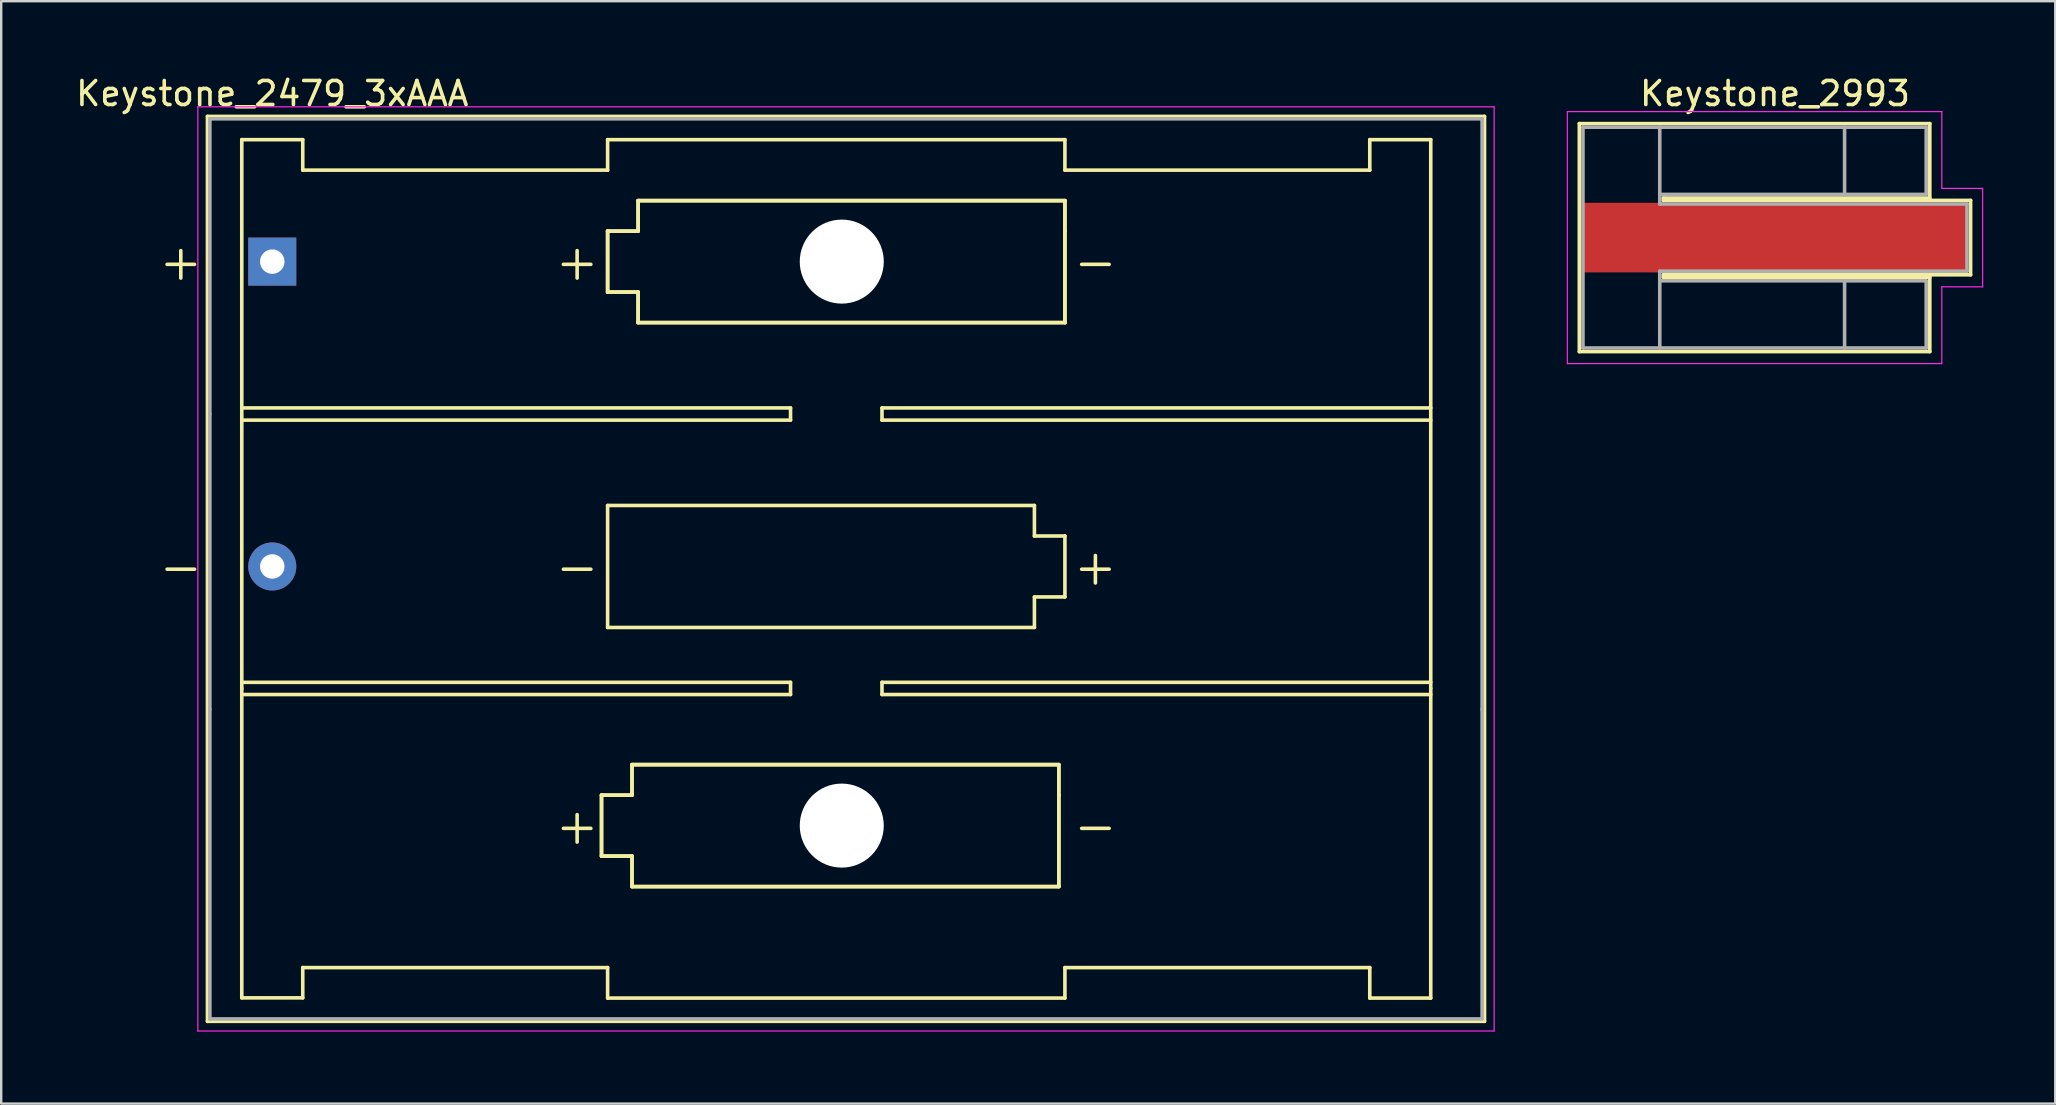
<source format=kicad_pcb>
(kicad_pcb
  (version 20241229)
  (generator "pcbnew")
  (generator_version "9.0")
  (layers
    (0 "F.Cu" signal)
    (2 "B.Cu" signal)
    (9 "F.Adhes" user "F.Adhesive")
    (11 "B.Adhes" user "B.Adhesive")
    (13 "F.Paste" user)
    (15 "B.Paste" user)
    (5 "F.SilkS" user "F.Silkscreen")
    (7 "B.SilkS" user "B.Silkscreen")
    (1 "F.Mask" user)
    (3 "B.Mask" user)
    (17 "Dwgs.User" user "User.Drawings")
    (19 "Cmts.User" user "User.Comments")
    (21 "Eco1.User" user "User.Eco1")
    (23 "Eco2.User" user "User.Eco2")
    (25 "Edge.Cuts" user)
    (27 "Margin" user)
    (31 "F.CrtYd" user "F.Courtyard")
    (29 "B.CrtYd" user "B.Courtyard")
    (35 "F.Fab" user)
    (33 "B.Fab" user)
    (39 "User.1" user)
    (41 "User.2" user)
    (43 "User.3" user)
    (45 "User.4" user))
  (footprint "Keystone_2479_3xAAA"
    (layer "F.Cu")
    (at 8.292 7.848)
    (property "Reference" "Keystone_2479_3xAAA" (at 0 -7 180) (layer "F.SilkS") (effects (font (size 1 1) (thickness 0.15))))
    (attr through_hole)
    (fp_line (start -2.7 -6.05) (end -2.7 31.65) (stroke (width 0.15) (type solid)) (layer "F.SilkS"))
    (fp_line (start -2.7 31.65) (end 50.5 31.65) (stroke (width 0.15) (type solid)) (layer "F.SilkS"))
    (fp_line (start -1.27 -5.08) (end -1.27 17.78) (stroke (width 0.15) (type solid)) (layer "F.SilkS"))
    (fp_line (start -1.27 6.096) (end 21.59 6.096) (stroke (width 0.15) (type solid)) (layer "F.SilkS"))
    (fp_line (start -1.27 17.526) (end 21.59 17.526) (stroke (width 0.15) (type solid)) (layer "F.SilkS"))
    (fp_line (start -1.27 17.78) (end -1.27 30.671) (stroke (width 0.15) (type solid)) (layer "F.SilkS"))
    (fp_line (start -1.27 30.671) (end 1.27 30.671) (stroke (width 0.15) (type solid)) (layer "F.SilkS"))
    (fp_line (start 1.27 -5.08) (end -1.27 -5.08) (stroke (width 0.15) (type solid)) (layer "F.SilkS"))
    (fp_line (start 1.27 -3.81) (end 1.27 -5.08) (stroke (width 0.15) (type solid)) (layer "F.SilkS"))
    (fp_line (start 1.27 -3.81) (end 13.97 -3.81) (stroke (width 0.15) (type solid)) (layer "F.SilkS"))
    (fp_line (start 1.27 29.41) (end 13.97 29.41) (stroke (width 0.15) (type solid)) (layer "F.SilkS"))
    (fp_line (start 1.27 30.671) (end 1.27 29.41) (stroke (width 0.15) (type solid)) (layer "F.SilkS"))
    (fp_line (start 13.716 22.225) (end 14.986 22.225) (stroke (width 0.15) (type solid)) (layer "F.SilkS"))
    (fp_line (start 13.716 22.225) (end 14.986 22.225) (stroke (width 0.15) (type solid)) (layer "F.SilkS"))
    (fp_line (start 13.716 24.765) (end 13.716 22.225) (stroke (width 0.15) (type solid)) (layer "F.SilkS"))
    (fp_line (start 13.716 24.765) (end 13.716 22.225) (stroke (width 0.15) (type solid)) (layer "F.SilkS"))
    (fp_line (start 13.97 -5.08) (end 13.97 -3.81) (stroke (width 0.15) (type solid)) (layer "F.SilkS"))
    (fp_line (start 13.97 -1.27) (end 15.24 -1.27) (stroke (width 0.15) (type solid)) (layer "F.SilkS"))
    (fp_line (start 13.97 -1.27) (end 15.24 -1.27) (stroke (width 0.15) (type solid)) (layer "F.SilkS"))
    (fp_line (start 13.97 1.27) (end 13.97 -1.27) (stroke (width 0.15) (type solid)) (layer "F.SilkS"))
    (fp_line (start 13.97 1.27) (end 13.97 -1.27) (stroke (width 0.15) (type solid)) (layer "F.SilkS"))
    (fp_line (start 13.97 10.16) (end 31.75 10.16) (stroke (width 0.15) (type solid)) (layer "F.SilkS"))
    (fp_line (start 13.97 15.24) (end 13.97 10.16) (stroke (width 0.15) (type solid)) (layer "F.SilkS"))
    (fp_line (start 13.97 29.41) (end 13.97 30.68) (stroke (width 0.15) (type solid)) (layer "F.SilkS"))
    (fp_line (start 13.97 30.68) (end 33.02 30.68) (stroke (width 0.15) (type solid)) (layer "F.SilkS"))
    (fp_line (start 14.986 20.955) (end 32.766 20.955) (stroke (width 0.15) (type solid)) (layer "F.SilkS"))
    (fp_line (start 14.986 20.955) (end 32.766 20.955) (stroke (width 0.15) (type solid)) (layer "F.SilkS"))
    (fp_line (start 14.986 22.225) (end 14.986 20.955) (stroke (width 0.15) (type solid)) (layer "F.SilkS"))
    (fp_line (start 14.986 22.225) (end 14.986 20.955) (stroke (width 0.15) (type solid)) (layer "F.SilkS"))
    (fp_line (start 14.986 24.765) (end 13.716 24.765) (stroke (width 0.15) (type solid)) (layer "F.SilkS"))
    (fp_line (start 14.986 24.765) (end 13.716 24.765) (stroke (width 0.15) (type solid)) (layer "F.SilkS"))
    (fp_line (start 14.986 26.035) (end 14.986 24.765) (stroke (width 0.15) (type solid)) (layer "F.SilkS"))
    (fp_line (start 14.986 26.035) (end 14.986 24.765) (stroke (width 0.15) (type solid)) (layer "F.SilkS"))
    (fp_line (start 15.24 -2.54) (end 33.02 -2.54) (stroke (width 0.15) (type solid)) (layer "F.SilkS"))
    (fp_line (start 15.24 -2.54) (end 33.02 -2.54) (stroke (width 0.15) (type solid)) (layer "F.SilkS"))
    (fp_line (start 15.24 -1.27) (end 15.24 -2.54) (stroke (width 0.15) (type solid)) (layer "F.SilkS"))
    (fp_line (start 15.24 -1.27) (end 15.24 -2.54) (stroke (width 0.15) (type solid)) (layer "F.SilkS"))
    (fp_line (start 15.24 1.27) (end 13.97 1.27) (stroke (width 0.15) (type solid)) (layer "F.SilkS"))
    (fp_line (start 15.24 1.27) (end 13.97 1.27) (stroke (width 0.15) (type solid)) (layer "F.SilkS"))
    (fp_line (start 15.24 2.54) (end 15.24 1.27) (stroke (width 0.15) (type solid)) (layer "F.SilkS"))
    (fp_line (start 15.24 2.54) (end 15.24 1.27) (stroke (width 0.15) (type solid)) (layer "F.SilkS"))
    (fp_line (start 21.59 6.096) (end 21.59 6.604) (stroke (width 0.15) (type solid)) (layer "F.SilkS"))
    (fp_line (start 21.59 6.604) (end -1.27 6.604) (stroke (width 0.15) (type solid)) (layer "F.SilkS"))
    (fp_line (start 21.59 17.526) (end 21.59 18.034) (stroke (width 0.15) (type solid)) (layer "F.SilkS"))
    (fp_line (start 21.59 18.034) (end -1.27 18.034) (stroke (width 0.15) (type solid)) (layer "F.SilkS"))
    (fp_line (start 25.4 6.096) (end 25.4 6.604) (stroke (width 0.15) (type solid)) (layer "F.SilkS"))
    (fp_line (start 25.4 6.604) (end 48.26 6.604) (stroke (width 0.15) (type solid)) (layer "F.SilkS"))
    (fp_line (start 25.4 17.526) (end 25.4 18.034) (stroke (width 0.15) (type solid)) (layer "F.SilkS"))
    (fp_line (start 25.4 18.034) (end 48.26 18.034) (stroke (width 0.15) (type solid)) (layer "F.SilkS"))
    (fp_line (start 31.75 10.16) (end 31.75 11.43) (stroke (width 0.15) (type solid)) (layer "F.SilkS"))
    (fp_line (start 31.75 11.43) (end 33.02 11.43) (stroke (width 0.15) (type solid)) (layer "F.SilkS"))
    (fp_line (start 31.75 13.97) (end 31.75 15.24) (stroke (width 0.15) (type solid)) (layer "F.SilkS"))
    (fp_line (start 31.75 15.24) (end 13.97 15.24) (stroke (width 0.15) (type solid)) (layer "F.SilkS"))
    (fp_line (start 32.766 20.955) (end 32.766 22.225) (stroke (width 0.15) (type solid)) (layer "F.SilkS"))
    (fp_line (start 32.766 20.955) (end 32.766 22.225) (stroke (width 0.15) (type solid)) (layer "F.SilkS"))
    (fp_line (start 32.766 22.225) (end 32.766 26.035) (stroke (width 0.15) (type solid)) (layer "F.SilkS"))
    (fp_line (start 32.766 22.225) (end 32.766 26.035) (stroke (width 0.15) (type solid)) (layer "F.SilkS"))
    (fp_line (start 32.766 26.035) (end 14.986 26.035) (stroke (width 0.15) (type solid)) (layer "F.SilkS"))
    (fp_line (start 32.766 26.035) (end 14.986 26.035) (stroke (width 0.15) (type solid)) (layer "F.SilkS"))
    (fp_line (start 33.02 -5.08) (end 13.97 -5.08) (stroke (width 0.15) (type solid)) (layer "F.SilkS"))
    (fp_line (start 33.02 -3.81) (end 33.02 -5.08) (stroke (width 0.15) (type solid)) (layer "F.SilkS"))
    (fp_line (start 33.02 -2.54) (end 33.02 -1.27) (stroke (width 0.15) (type solid)) (layer "F.SilkS"))
    (fp_line (start 33.02 -2.54) (end 33.02 -1.27) (stroke (width 0.15) (type solid)) (layer "F.SilkS"))
    (fp_line (start 33.02 -1.27) (end 33.02 2.54) (stroke (width 0.15) (type solid)) (layer "F.SilkS"))
    (fp_line (start 33.02 -1.27) (end 33.02 2.54) (stroke (width 0.15) (type solid)) (layer "F.SilkS"))
    (fp_line (start 33.02 2.54) (end 15.24 2.54) (stroke (width 0.15) (type solid)) (layer "F.SilkS"))
    (fp_line (start 33.02 2.54) (end 15.24 2.54) (stroke (width 0.15) (type solid)) (layer "F.SilkS"))
    (fp_line (start 33.02 11.43) (end 33.02 13.97) (stroke (width 0.15) (type solid)) (layer "F.SilkS"))
    (fp_line (start 33.02 13.97) (end 31.75 13.97) (stroke (width 0.15) (type solid)) (layer "F.SilkS"))
    (fp_line (start 33.02 30.68) (end 33.02 29.41) (stroke (width 0.15) (type solid)) (layer "F.SilkS"))
    (fp_line (start 45.72 -5.08) (end 45.72 -3.81) (stroke (width 0.15) (type solid)) (layer "F.SilkS"))
    (fp_line (start 45.72 -3.81) (end 33.02 -3.81) (stroke (width 0.15) (type solid)) (layer "F.SilkS"))
    (fp_line (start 45.72 29.41) (end 33.02 29.41) (stroke (width 0.15) (type solid)) (layer "F.SilkS"))
    (fp_line (start 45.72 30.68) (end 45.72 29.41) (stroke (width 0.15) (type solid)) (layer "F.SilkS"))
    (fp_line (start 48.26 -5.08) (end 45.72 -5.08) (stroke (width 0.15) (type solid)) (layer "F.SilkS"))
    (fp_line (start 48.26 -5.08) (end 48.26 17.78) (stroke (width 0.15) (type solid)) (layer "F.SilkS"))
    (fp_line (start 48.26 6.096) (end 25.4 6.096) (stroke (width 0.15) (type solid)) (layer "F.SilkS"))
    (fp_line (start 48.26 17.526) (end 25.4 17.526) (stroke (width 0.15) (type solid)) (layer "F.SilkS"))
    (fp_line (start 48.26 17.78) (end 48.26 30.68) (stroke (width 0.15) (type solid)) (layer "F.SilkS"))
    (fp_line (start 48.26 30.68) (end 45.72 30.68) (stroke (width 0.15) (type solid)) (layer "F.SilkS"))
    (fp_line (start 50.5 -6.05) (end -2.7 -6.05) (stroke (width 0.15) (type solid)) (layer "F.SilkS"))
    (fp_line (start 50.5 31.65) (end 50.5 -6.05) (stroke (width 0.15) (type solid)) (layer "F.SilkS"))
    (fp_line (start -3.1 -6.45) (end 50.9 -6.45) (stroke (width 0.05) (type solid)) (layer "F.CrtYd"))
    (fp_line (start -3.1 32.05) (end -3.1 -6.45) (stroke (width 0.05) (type solid)) (layer "F.CrtYd"))
    (fp_line (start 50.9 -6.45) (end 50.9 32.05) (stroke (width 0.05) (type solid)) (layer "F.CrtYd"))
    (fp_line (start 50.9 32.05) (end -3.1 32.05) (stroke (width 0.05) (type solid)) (layer "F.CrtYd"))
    (fp_line (start -2.6 -5.95) (end 50.4 -5.95) (stroke (width 0.15) (type solid)) (layer "F.Fab"))
    (fp_line (start -2.6 6.35) (end -2.6 -5.95) (stroke (width 0.15) (type solid)) (layer "F.Fab"))
    (fp_line (start -2.6 18.65) (end -2.6 6.35) (stroke (width 0.15) (type solid)) (layer "F.Fab"))
    (fp_line (start -2.6 18.65) (end -2.6 31.55) (stroke (width 0.15) (type solid)) (layer "F.Fab"))
    (fp_line (start -2.6 31.55) (end 50.4 31.55) (stroke (width 0.15) (type solid)) (layer "F.Fab"))
    (fp_line (start 50.4 18.65) (end 50.4 -5.95) (stroke (width 0.15) (type solid)) (layer "F.Fab"))
    (fp_line (start 50.4 18.65) (end 50.4 31.55) (stroke (width 0.15) (type solid)) (layer "F.Fab"))
    (fp_text user "-" (at -3.81 12.7 0) (layer "F.SilkS") (effects (font (size 1.5 1.5) (thickness 0.15))))
    (fp_text user "+" (at -3.81 0 0) (layer "F.SilkS") (effects (font (size 1.5 1.5) (thickness 0.15))))
    (fp_text user "+" (at 34.29 12.7 0) (layer "F.SilkS") (effects (font (size 1.5 1.5) (thickness 0.15))))
    (fp_text user "-" (at 12.7 12.7 0) (layer "F.SilkS") (effects (font (size 1.5 1.5) (thickness 0.15))))
    (fp_text user "+" (at 12.7 0 0) (layer "F.SilkS") (effects (font (size 1.5 1.5) (thickness 0.15))))
    (fp_text user "-" (at 34.29 0 0) (layer "F.SilkS") (effects (font (size 1.5 1.5) (thickness 0.15))))
    (fp_text user "-" (at 34.29 23.495 0) (layer "F.SilkS") (effects (font (size 1.5 1.5) (thickness 0.15))))
    (fp_text user "+" (at 12.7 23.495 0) (layer "F.SilkS") (effects (font (size 1.5 1.5) (thickness 0.15))))
    (pad "" np_thru_hole circle (at 23.724 0) (size 3.5 3.5) (drill 3.5) (layers "*.Cu" "*.Mask"))
    (pad "" np_thru_hole circle (at 23.724 23.495) (size 3.5 3.5) (drill 3.5) (layers "*.Cu" "*.Mask"))
    (pad "1" thru_hole rect (at 0 0) (size 2 2) (drill 1.02) (layers "*.Cu" "*.Mask"))
    (pad "2" thru_hole circle (at 0 12.7) (size 2 2) (drill 1.02) (layers "*.Cu" "*.Mask")))
  (footprint "Keystone_2993"
    (layer "F.Cu")
    (at 70.892 6.848)
    (property "Reference" "Keystone_2993" (at 0 -6 0) (layer "F.SilkS") (effects (font (size 1 1) (thickness 0.15))))
    (attr smd)
    (fp_line (start -8.15 -4.75) (end -8.15 4.75) (stroke (width 0.15) (type solid)) (layer "F.SilkS"))
    (fp_line (start -8.15 -4.75) (end 6.45 -4.75) (stroke (width 0.15) (type solid)) (layer "F.SilkS"))
    (fp_line (start -8.15 4.75) (end 6.45 4.75) (stroke (width 0.15) (type solid)) (layer "F.SilkS"))
    (fp_line (start -4.65 -1.65) (end -4.65 -1.55) (stroke (width 0.15) (type solid)) (layer "F.SilkS"))
    (fp_line (start -4.65 -1.55) (end 8.15 -1.55) (stroke (width 0.15) (type solid)) (layer "F.SilkS"))
    (fp_line (start -4.65 1.55) (end 8.15 1.55) (stroke (width 0.15) (type solid)) (layer "F.SilkS"))
    (fp_line (start -4.65 1.65) (end -4.65 1.55) (stroke (width 0.15) (type solid)) (layer "F.SilkS"))
    (fp_line (start 6.45 -4.75) (end 6.45 -1.65) (stroke (width 0.15) (type solid)) (layer "F.SilkS"))
    (fp_line (start 6.45 -1.65) (end -4.65 -1.65) (stroke (width 0.15) (type solid)) (layer "F.SilkS"))
    (fp_line (start 6.45 1.65) (end -4.65 1.65) (stroke (width 0.15) (type solid)) (layer "F.SilkS"))
    (fp_line (start 6.45 4.75) (end 6.45 1.65) (stroke (width 0.15) (type solid)) (layer "F.SilkS"))
    (fp_line (start 8.15 -1.55) (end 8.15 1.55) (stroke (width 0.15) (type solid)) (layer "F.SilkS"))
    (fp_line (start -8.65 -5.25) (end -8.65 5.25) (stroke (width 0.05) (type solid)) (layer "F.CrtYd"))
    (fp_line (start -8.65 -5.25) (end 6.95 -5.25) (stroke (width 0.05) (type solid)) (layer "F.CrtYd"))
    (fp_line (start -8.65 5.25) (end 6.95 5.25) (stroke (width 0.05) (type solid)) (layer "F.CrtYd"))
    (fp_line (start 6.95 -5.25) (end 6.95 -2.05) (stroke (width 0.05) (type solid)) (layer "F.CrtYd"))
    (fp_line (start 6.95 -2.05) (end 8.65 -2.05) (stroke (width 0.05) (type solid)) (layer "F.CrtYd"))
    (fp_line (start 6.95 2.05) (end 8.65 2.05) (stroke (width 0.05) (type solid)) (layer "F.CrtYd"))
    (fp_line (start 6.95 5.25) (end 6.95 2.05) (stroke (width 0.05) (type solid)) (layer "F.CrtYd"))
    (fp_line (start 8.65 -2.05) (end 8.65 2.05) (stroke (width 0.05) (type solid)) (layer "F.CrtYd"))
    (fp_line (start -8 -4.6) (end -8 4.6) (stroke (width 0.15) (type solid)) (layer "F.Fab"))
    (fp_line (start -8 -4.6) (end 6.3 -4.6) (stroke (width 0.15) (type solid)) (layer "F.Fab"))
    (fp_line (start -4.8 -1.4) (end -4.8 -4.6) (stroke (width 0.15) (type solid)) (layer "F.Fab"))
    (fp_line (start -4.8 -1.4) (end 8 -1.4) (stroke (width 0.15) (type solid)) (layer "F.Fab"))
    (fp_line (start -4.8 1.4) (end -4.8 4.6) (stroke (width 0.15) (type solid)) (layer "F.Fab"))
    (fp_line (start 2.9 -1.8) (end 2.9 -4.6) (stroke (width 0.15) (type solid)) (layer "F.Fab"))
    (fp_line (start 2.9 1.8) (end 2.9 4.6) (stroke (width 0.15) (type solid)) (layer "F.Fab"))
    (fp_line (start 6.3 -4.6) (end 6.3 -1.8) (stroke (width 0.15) (type solid)) (layer "F.Fab"))
    (fp_line (start 6.3 -1.8) (end -4.8 -1.8) (stroke (width 0.15) (type solid)) (layer "F.Fab"))
    (fp_line (start 6.3 1.8) (end -4.8 1.8) (stroke (width 0.15) (type solid)) (layer "F.Fab"))
    (fp_line (start 6.3 4.6) (end -8 4.6) (stroke (width 0.15) (type solid)) (layer "F.Fab"))
    (fp_line (start 6.3 4.6) (end 6.3 1.8) (stroke (width 0.15) (type solid)) (layer "F.Fab"))
    (fp_line (start 8 -1.4) (end 8 1.4) (stroke (width 0.15) (type solid)) (layer "F.Fab"))
    (fp_line (start 8 1.4) (end -4.8 1.4) (stroke (width 0.15) (type solid)) (layer "F.Fab"))
    (pad "1" smd rect (at 0 0) (size 16 2.9) (layers "F.Cu" "F.Mask" "F.Paste")))
  (gr_rect
    (start -3 -3)
    (end 82.567 42.923)
    (stroke (width 0.1) (type default))
    (fill no)
    (layer "Edge.Cuts")))
</source>
